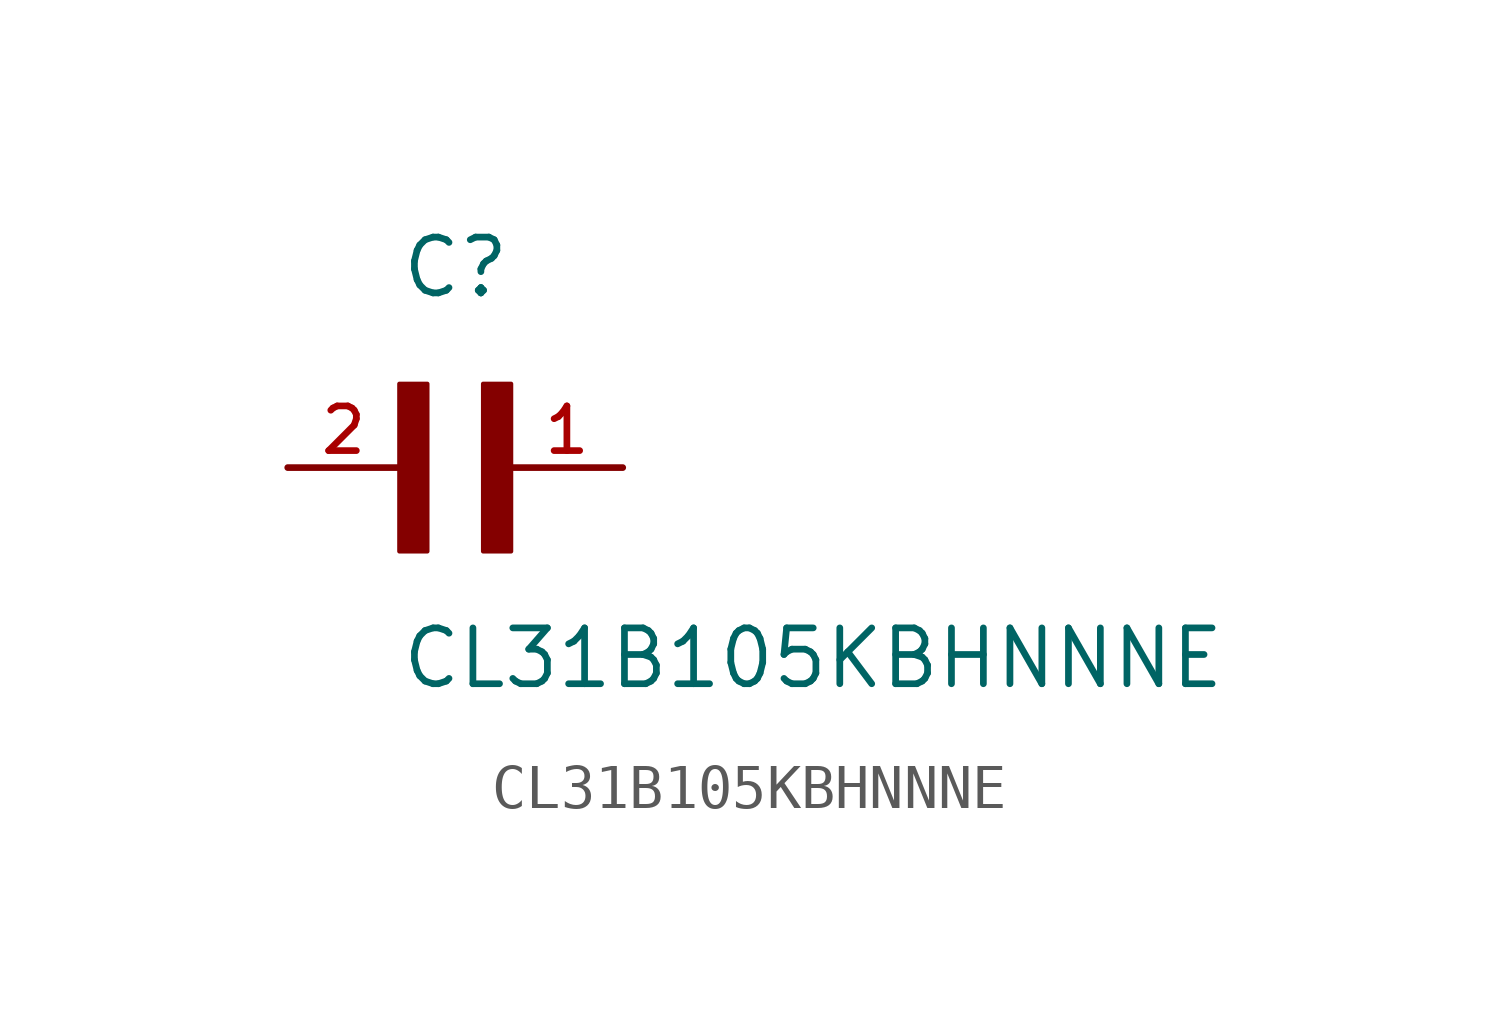
<source format=kicad_sym>
(kicad_symbol_lib
  (version 20211014)
  (generator kicad_symbol_editor)
  (symbol "CL31B105KBHNNNE"
    (pin_names
      (offset 1.016))
    (property "Reference" "C"
      (at 0.0 3.81 0)
      (effects (font (size 1.27 1.27)) (justify bottom left)))
    (property "Value" "CL31B105KBHNNNE"
      (at 0.0 -5.08 0)
      (effects (font (size 1.27 1.27)) (justify bottom left)))
    (symbol "CL31B105KBHNNNE_0_0"
      (rectangle (start 0.0 -1.905) (end 0.635 1.905) (stroke (width 0.1)) (fill (type outline)))
      (rectangle (start 1.905 -1.905) (end 2.54 1.905) (stroke (width 0.1)) (fill (type outline)))
      (pin passive line (at 5.08 0.0 180.0) (length 2.54) (name "~" (effects (font (size 1.016 1.016)))) (number "1" (effects (font (size 1.016 1.016)))))
      (pin passive line (at -2.54 0.0 0) (length 2.54) (name "~" (effects (font (size 1.016 1.016)))) (number "2" (effects (font (size 1.016 1.016))))))))
</source>
